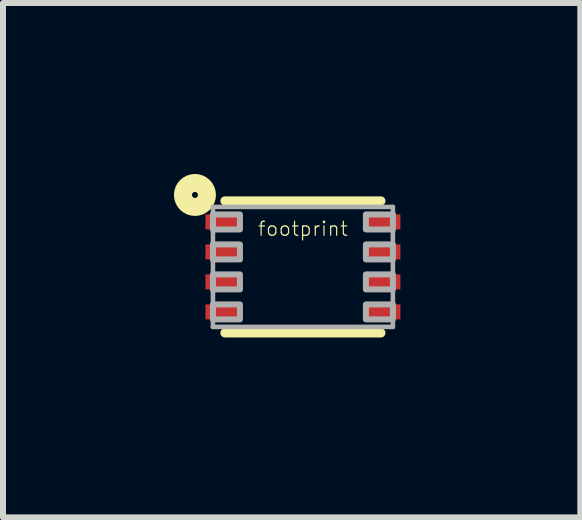
<source format=kicad_pcb>
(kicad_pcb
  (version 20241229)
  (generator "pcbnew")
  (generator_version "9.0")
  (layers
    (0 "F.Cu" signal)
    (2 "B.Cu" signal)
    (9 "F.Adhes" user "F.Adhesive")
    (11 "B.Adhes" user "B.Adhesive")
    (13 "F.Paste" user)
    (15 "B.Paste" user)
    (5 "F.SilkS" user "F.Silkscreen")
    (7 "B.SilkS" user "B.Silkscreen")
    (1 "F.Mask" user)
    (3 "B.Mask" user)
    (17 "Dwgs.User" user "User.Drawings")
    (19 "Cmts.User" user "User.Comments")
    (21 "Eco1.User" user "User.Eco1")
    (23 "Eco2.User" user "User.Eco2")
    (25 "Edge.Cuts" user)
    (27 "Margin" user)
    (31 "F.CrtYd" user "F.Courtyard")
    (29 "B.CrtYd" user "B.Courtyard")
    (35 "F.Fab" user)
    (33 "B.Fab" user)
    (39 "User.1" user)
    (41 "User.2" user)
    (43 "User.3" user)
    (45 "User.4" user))
  (footprint "footprint"
    (layer "F.Cu")
    (at 2 1.4)
    (property "Reference" "footprint" (at 0 -0.635 0) (layer "F.SilkS") (effects (font (size 0.234 0.234) (thickness 0.02))))
    (fp_line (start -1.3 -1.1) (end 1.3 -1.1) (stroke (width 0.152) (type solid)) (layer "F.SilkS"))
    (fp_line (start -1.3 1.1) (end 1.3 1.1) (stroke (width 0.152) (type solid)) (layer "F.SilkS"))
    (fp_circle (center -1.8 -1.2) (end -1.75 -1.2) (stroke (width 0.3) (type solid)) (fill no) (layer "F.SilkS"))
    (fp_line (start -1.5 -1) (end 1.5 -1) (stroke (width 0.076) (type solid)) (layer "F.Fab"))
    (fp_line (start -1.5 1) (end -1.5 -1) (stroke (width 0.076) (type solid)) (layer "F.Fab"))
    (fp_line (start 1.5 -1) (end 1.5 1) (stroke (width 0.076) (type solid)) (layer "F.Fab"))
    (fp_line (start 1.5 1) (end -1.5 1) (stroke (width 0.076) (type solid)) (layer "F.Fab"))
    (fp_poly (pts (xy -1.5 -0.625) (xy -1.05 -0.625) (xy -1.05 -0.875) (xy -1.5 -0.875)) (stroke (width 0.1) (type solid)) (fill no) (layer "F.Fab"))
    (fp_poly (pts (xy -1.5 -0.125) (xy -1.05 -0.125) (xy -1.05 -0.375) (xy -1.5 -0.375)) (stroke (width 0.1) (type solid)) (fill no) (layer "F.Fab"))
    (fp_poly (pts (xy -1.5 0.375) (xy -1.05 0.375) (xy -1.05 0.125) (xy -1.5 0.125)) (stroke (width 0.1) (type solid)) (fill no) (layer "F.Fab"))
    (fp_poly (pts (xy -1.5 0.875) (xy -1.05 0.875) (xy -1.05 0.625) (xy -1.5 0.625)) (stroke (width 0.1) (type solid)) (fill no) (layer "F.Fab"))
    (fp_poly (pts (xy 1.05 -0.625) (xy 1.5 -0.625) (xy 1.5 -0.875) (xy 1.05 -0.875)) (stroke (width 0.1) (type solid)) (fill no) (layer "F.Fab"))
    (fp_poly (pts (xy 1.05 -0.125) (xy 1.5 -0.125) (xy 1.5 -0.375) (xy 1.05 -0.375)) (stroke (width 0.1) (type solid)) (fill no) (layer "F.Fab"))
    (fp_poly (pts (xy 1.05 0.375) (xy 1.5 0.375) (xy 1.5 0.125) (xy 1.05 0.125)) (stroke (width 0.1) (type solid)) (fill no) (layer "F.Fab"))
    (fp_poly (pts (xy 1.05 0.875) (xy 1.5 0.875) (xy 1.5 0.625) (xy 1.05 0.625)) (stroke (width 0.1) (type solid)) (fill no) (layer "F.Fab"))
    (pad "1" smd rect (at -1.325 -0.75 90) (size 0.25 0.6) (layers "F.Cu" "F.Mask" "F.Paste"))
    (pad "2" smd rect (at -1.325 -0.25 90) (size 0.25 0.6) (layers "F.Cu" "F.Mask" "F.Paste"))
    (pad "3" smd rect (at -1.325 0.25 90) (size 0.25 0.6) (layers "F.Cu" "F.Mask" "F.Paste"))
    (pad "4" smd rect (at -1.325 0.75 90) (size 0.25 0.6) (layers "F.Cu" "F.Mask" "F.Paste"))
    (pad "5" smd rect (at 1.325 0.75 90) (size 0.25 0.6) (layers "F.Cu" "F.Mask" "F.Paste"))
    (pad "6" smd rect (at 1.325 0.25 90) (size 0.25 0.6) (layers "F.Cu" "F.Mask" "F.Paste"))
    (pad "7" smd rect (at 1.325 -0.25 90) (size 0.25 0.6) (layers "F.Cu" "F.Mask" "F.Paste"))
    (pad "8" smd rect (at 1.325 -0.75 90) (size 0.25 0.6) (layers "F.Cu" "F.Mask" "F.Paste")))
  (gr_rect
    (start -3 -3)
    (end 6.625 5.576)
    (stroke (width 0.1) (type default))
    (fill no)
    (layer "Edge.Cuts")))
</source>
